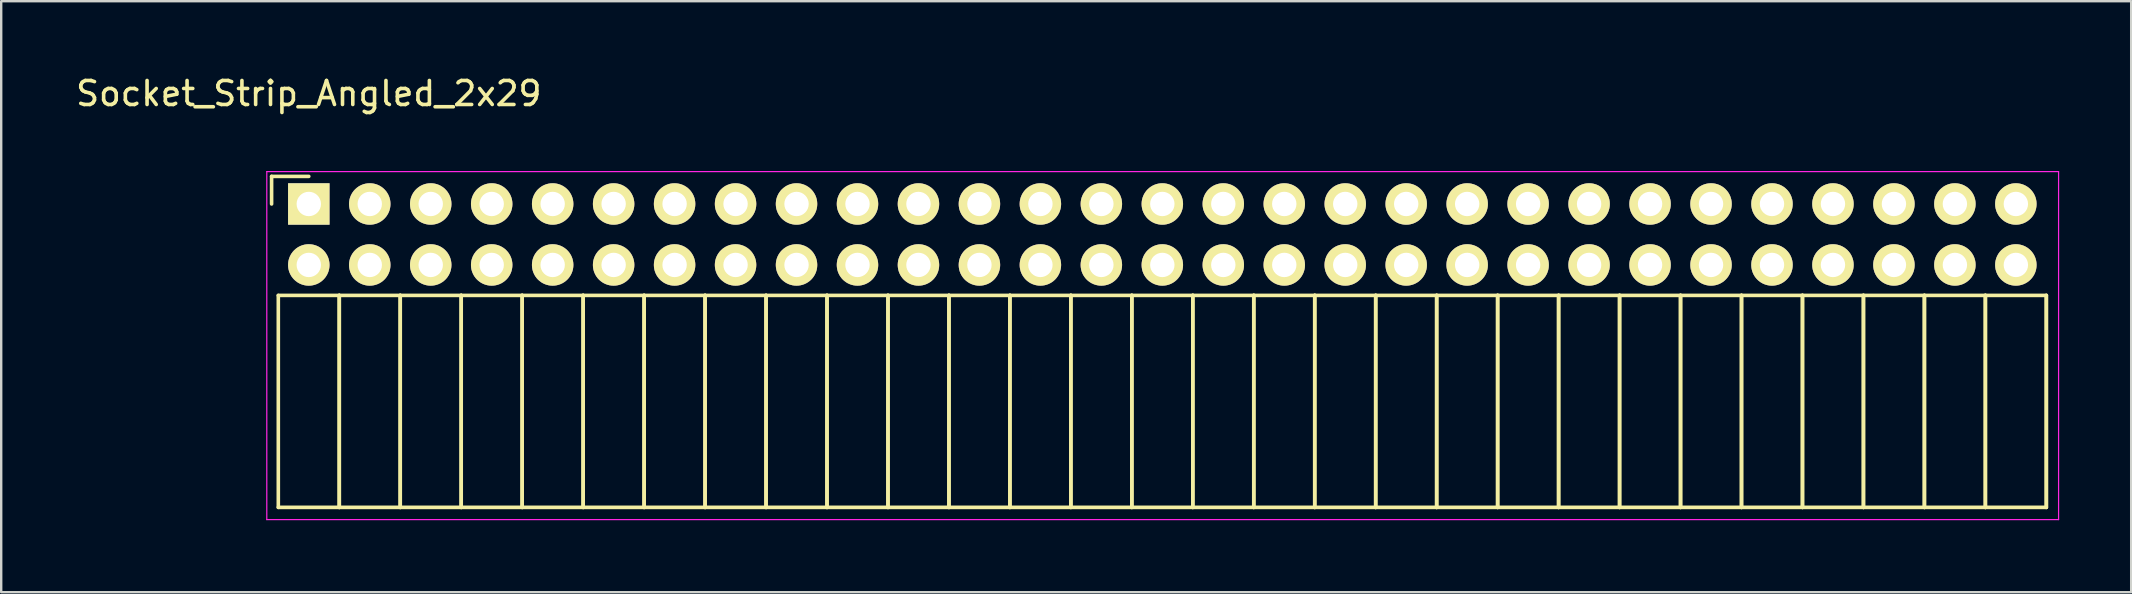
<source format=kicad_pcb>
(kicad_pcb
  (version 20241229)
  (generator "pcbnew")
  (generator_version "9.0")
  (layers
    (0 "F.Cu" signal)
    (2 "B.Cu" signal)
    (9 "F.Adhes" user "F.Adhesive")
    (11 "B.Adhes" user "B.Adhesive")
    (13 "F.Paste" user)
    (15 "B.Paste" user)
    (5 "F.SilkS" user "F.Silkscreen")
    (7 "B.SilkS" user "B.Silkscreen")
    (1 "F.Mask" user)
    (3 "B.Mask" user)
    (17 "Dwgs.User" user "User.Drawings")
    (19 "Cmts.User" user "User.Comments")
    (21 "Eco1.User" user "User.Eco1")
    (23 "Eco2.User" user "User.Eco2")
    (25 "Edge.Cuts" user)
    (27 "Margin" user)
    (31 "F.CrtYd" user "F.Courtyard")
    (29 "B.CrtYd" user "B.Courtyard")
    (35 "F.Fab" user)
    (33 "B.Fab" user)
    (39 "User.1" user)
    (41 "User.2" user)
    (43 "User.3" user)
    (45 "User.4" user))
  (footprint "Socket_Strip_Angled_2x29"
    (layer "F.Cu")
    (at 9.815 5.448)
    (property "Reference" "Socket_Strip_Angled_2x29" (at 0 -4.6 0) (layer "F.SilkS") (effects (font (size 1 1) (thickness 0.15))))
    (attr through_hole)
    (fp_line (start -1.55 -1.15) (end -1.55 0) (stroke (width 0.15) (type solid)) (layer "F.SilkS"))
    (fp_line (start -1.27 3.81) (end -1.27 12.64) (stroke (width 0.15) (type solid)) (layer "F.SilkS"))
    (fp_line (start -1.27 3.81) (end 1.27 3.81) (stroke (width 0.15) (type solid)) (layer "F.SilkS"))
    (fp_line (start -1.27 12.64) (end 1.27 12.64) (stroke (width 0.15) (type solid)) (layer "F.SilkS"))
    (fp_line (start 0 -1.15) (end -1.55 -1.15) (stroke (width 0.15) (type solid)) (layer "F.SilkS"))
    (fp_line (start 1.27 3.81) (end 1.27 12.64) (stroke (width 0.15) (type solid)) (layer "F.SilkS"))
    (fp_line (start 1.27 3.81) (end 3.81 3.81) (stroke (width 0.15) (type solid)) (layer "F.SilkS"))
    (fp_line (start 1.27 12.64) (end 1.27 3.81) (stroke (width 0.15) (type solid)) (layer "F.SilkS"))
    (fp_line (start 1.27 12.64) (end 3.81 12.64) (stroke (width 0.15) (type solid)) (layer "F.SilkS"))
    (fp_line (start 3.81 3.81) (end 3.81 12.64) (stroke (width 0.15) (type solid)) (layer "F.SilkS"))
    (fp_line (start 3.81 3.81) (end 6.35 3.81) (stroke (width 0.15) (type solid)) (layer "F.SilkS"))
    (fp_line (start 3.81 12.64) (end 3.81 3.81) (stroke (width 0.15) (type solid)) (layer "F.SilkS"))
    (fp_line (start 3.81 12.64) (end 6.35 12.64) (stroke (width 0.15) (type solid)) (layer "F.SilkS"))
    (fp_line (start 6.35 3.81) (end 6.35 12.64) (stroke (width 0.15) (type solid)) (layer "F.SilkS"))
    (fp_line (start 6.35 3.81) (end 8.89 3.81) (stroke (width 0.15) (type solid)) (layer "F.SilkS"))
    (fp_line (start 6.35 12.64) (end 6.35 3.81) (stroke (width 0.15) (type solid)) (layer "F.SilkS"))
    (fp_line (start 6.35 12.64) (end 8.89 12.64) (stroke (width 0.15) (type solid)) (layer "F.SilkS"))
    (fp_line (start 8.89 3.81) (end 8.89 12.64) (stroke (width 0.15) (type solid)) (layer "F.SilkS"))
    (fp_line (start 8.89 3.81) (end 11.43 3.81) (stroke (width 0.15) (type solid)) (layer "F.SilkS"))
    (fp_line (start 8.89 12.64) (end 8.89 3.81) (stroke (width 0.15) (type solid)) (layer "F.SilkS"))
    (fp_line (start 8.89 12.64) (end 11.43 12.64) (stroke (width 0.15) (type solid)) (layer "F.SilkS"))
    (fp_line (start 11.43 3.81) (end 11.43 12.64) (stroke (width 0.15) (type solid)) (layer "F.SilkS"))
    (fp_line (start 11.43 3.81) (end 13.97 3.81) (stroke (width 0.15) (type solid)) (layer "F.SilkS"))
    (fp_line (start 11.43 12.64) (end 11.43 3.81) (stroke (width 0.15) (type solid)) (layer "F.SilkS"))
    (fp_line (start 11.43 12.64) (end 13.97 12.64) (stroke (width 0.15) (type solid)) (layer "F.SilkS"))
    (fp_line (start 13.97 3.81) (end 13.97 12.64) (stroke (width 0.15) (type solid)) (layer "F.SilkS"))
    (fp_line (start 13.97 3.81) (end 16.51 3.81) (stroke (width 0.15) (type solid)) (layer "F.SilkS"))
    (fp_line (start 13.97 12.64) (end 13.97 3.81) (stroke (width 0.15) (type solid)) (layer "F.SilkS"))
    (fp_line (start 13.97 12.64) (end 16.51 12.64) (stroke (width 0.15) (type solid)) (layer "F.SilkS"))
    (fp_line (start 16.51 3.81) (end 16.51 12.64) (stroke (width 0.15) (type solid)) (layer "F.SilkS"))
    (fp_line (start 16.51 3.81) (end 19.05 3.81) (stroke (width 0.15) (type solid)) (layer "F.SilkS"))
    (fp_line (start 16.51 12.64) (end 16.51 3.81) (stroke (width 0.15) (type solid)) (layer "F.SilkS"))
    (fp_line (start 16.51 12.64) (end 19.05 12.64) (stroke (width 0.15) (type solid)) (layer "F.SilkS"))
    (fp_line (start 19.05 3.81) (end 19.05 12.64) (stroke (width 0.15) (type solid)) (layer "F.SilkS"))
    (fp_line (start 19.05 3.81) (end 21.59 3.81) (stroke (width 0.15) (type solid)) (layer "F.SilkS"))
    (fp_line (start 19.05 12.64) (end 19.05 3.81) (stroke (width 0.15) (type solid)) (layer "F.SilkS"))
    (fp_line (start 19.05 12.64) (end 21.59 12.64) (stroke (width 0.15) (type solid)) (layer "F.SilkS"))
    (fp_line (start 21.59 3.81) (end 21.59 12.64) (stroke (width 0.15) (type solid)) (layer "F.SilkS"))
    (fp_line (start 21.59 3.81) (end 24.13 3.81) (stroke (width 0.15) (type solid)) (layer "F.SilkS"))
    (fp_line (start 21.59 12.64) (end 21.59 3.81) (stroke (width 0.15) (type solid)) (layer "F.SilkS"))
    (fp_line (start 21.59 12.64) (end 24.13 12.64) (stroke (width 0.15) (type solid)) (layer "F.SilkS"))
    (fp_line (start 24.13 3.81) (end 24.13 12.64) (stroke (width 0.15) (type solid)) (layer "F.SilkS"))
    (fp_line (start 24.13 3.81) (end 26.67 3.81) (stroke (width 0.15) (type solid)) (layer "F.SilkS"))
    (fp_line (start 24.13 12.64) (end 24.13 3.81) (stroke (width 0.15) (type solid)) (layer "F.SilkS"))
    (fp_line (start 24.13 12.64) (end 26.67 12.64) (stroke (width 0.15) (type solid)) (layer "F.SilkS"))
    (fp_line (start 26.67 3.81) (end 26.67 12.64) (stroke (width 0.15) (type solid)) (layer "F.SilkS"))
    (fp_line (start 26.67 3.81) (end 29.21 3.81) (stroke (width 0.15) (type solid)) (layer "F.SilkS"))
    (fp_line (start 26.67 12.64) (end 26.67 3.81) (stroke (width 0.15) (type solid)) (layer "F.SilkS"))
    (fp_line (start 26.67 12.64) (end 29.21 12.64) (stroke (width 0.15) (type solid)) (layer "F.SilkS"))
    (fp_line (start 29.21 3.81) (end 29.21 12.64) (stroke (width 0.15) (type solid)) (layer "F.SilkS"))
    (fp_line (start 29.21 3.81) (end 31.75 3.81) (stroke (width 0.15) (type solid)) (layer "F.SilkS"))
    (fp_line (start 29.21 12.64) (end 29.21 3.81) (stroke (width 0.15) (type solid)) (layer "F.SilkS"))
    (fp_line (start 29.21 12.64) (end 31.75 12.64) (stroke (width 0.15) (type solid)) (layer "F.SilkS"))
    (fp_line (start 31.75 3.81) (end 31.75 12.64) (stroke (width 0.15) (type solid)) (layer "F.SilkS"))
    (fp_line (start 31.75 3.81) (end 34.29 3.81) (stroke (width 0.15) (type solid)) (layer "F.SilkS"))
    (fp_line (start 31.75 12.64) (end 31.75 3.81) (stroke (width 0.15) (type solid)) (layer "F.SilkS"))
    (fp_line (start 31.75 12.64) (end 34.29 12.64) (stroke (width 0.15) (type solid)) (layer "F.SilkS"))
    (fp_line (start 34.29 3.81) (end 34.29 12.64) (stroke (width 0.15) (type solid)) (layer "F.SilkS"))
    (fp_line (start 34.29 3.81) (end 36.83 3.81) (stroke (width 0.15) (type solid)) (layer "F.SilkS"))
    (fp_line (start 34.29 12.64) (end 34.29 3.81) (stroke (width 0.15) (type solid)) (layer "F.SilkS"))
    (fp_line (start 34.29 12.64) (end 36.83 12.64) (stroke (width 0.15) (type solid)) (layer "F.SilkS"))
    (fp_line (start 36.83 3.81) (end 36.83 12.64) (stroke (width 0.15) (type solid)) (layer "F.SilkS"))
    (fp_line (start 36.83 3.81) (end 39.37 3.81) (stroke (width 0.15) (type solid)) (layer "F.SilkS"))
    (fp_line (start 36.83 12.64) (end 36.83 3.81) (stroke (width 0.15) (type solid)) (layer "F.SilkS"))
    (fp_line (start 36.83 12.64) (end 39.37 12.64) (stroke (width 0.15) (type solid)) (layer "F.SilkS"))
    (fp_line (start 39.37 3.81) (end 39.37 12.64) (stroke (width 0.15) (type solid)) (layer "F.SilkS"))
    (fp_line (start 39.37 3.81) (end 41.91 3.81) (stroke (width 0.15) (type solid)) (layer "F.SilkS"))
    (fp_line (start 39.37 12.64) (end 39.37 3.81) (stroke (width 0.15) (type solid)) (layer "F.SilkS"))
    (fp_line (start 39.37 12.64) (end 41.91 12.64) (stroke (width 0.15) (type solid)) (layer "F.SilkS"))
    (fp_line (start 41.91 3.81) (end 41.91 12.64) (stroke (width 0.15) (type solid)) (layer "F.SilkS"))
    (fp_line (start 41.91 3.81) (end 44.45 3.81) (stroke (width 0.15) (type solid)) (layer "F.SilkS"))
    (fp_line (start 41.91 12.64) (end 41.91 3.81) (stroke (width 0.15) (type solid)) (layer "F.SilkS"))
    (fp_line (start 41.91 12.64) (end 44.45 12.64) (stroke (width 0.15) (type solid)) (layer "F.SilkS"))
    (fp_line (start 44.45 3.81) (end 44.45 12.64) (stroke (width 0.15) (type solid)) (layer "F.SilkS"))
    (fp_line (start 44.45 3.81) (end 46.99 3.81) (stroke (width 0.15) (type solid)) (layer "F.SilkS"))
    (fp_line (start 44.45 12.64) (end 44.45 3.81) (stroke (width 0.15) (type solid)) (layer "F.SilkS"))
    (fp_line (start 44.45 12.64) (end 46.99 12.64) (stroke (width 0.15) (type solid)) (layer "F.SilkS"))
    (fp_line (start 46.99 3.81) (end 46.99 12.64) (stroke (width 0.15) (type solid)) (layer "F.SilkS"))
    (fp_line (start 46.99 3.81) (end 49.53 3.81) (stroke (width 0.15) (type solid)) (layer "F.SilkS"))
    (fp_line (start 46.99 12.64) (end 46.99 3.81) (stroke (width 0.15) (type solid)) (layer "F.SilkS"))
    (fp_line (start 46.99 12.64) (end 49.53 12.64) (stroke (width 0.15) (type solid)) (layer "F.SilkS"))
    (fp_line (start 49.53 3.81) (end 49.53 12.64) (stroke (width 0.15) (type solid)) (layer "F.SilkS"))
    (fp_line (start 49.53 3.81) (end 52.07 3.81) (stroke (width 0.15) (type solid)) (layer "F.SilkS"))
    (fp_line (start 49.53 12.64) (end 49.53 3.81) (stroke (width 0.15) (type solid)) (layer "F.SilkS"))
    (fp_line (start 49.53 12.64) (end 52.07 12.64) (stroke (width 0.15) (type solid)) (layer "F.SilkS"))
    (fp_line (start 52.07 3.81) (end 52.07 12.64) (stroke (width 0.15) (type solid)) (layer "F.SilkS"))
    (fp_line (start 52.07 3.81) (end 54.61 3.81) (stroke (width 0.15) (type solid)) (layer "F.SilkS"))
    (fp_line (start 52.07 12.64) (end 52.07 3.81) (stroke (width 0.15) (type solid)) (layer "F.SilkS"))
    (fp_line (start 52.07 12.64) (end 54.61 12.64) (stroke (width 0.15) (type solid)) (layer "F.SilkS"))
    (fp_line (start 54.61 3.81) (end 54.61 12.64) (stroke (width 0.15) (type solid)) (layer "F.SilkS"))
    (fp_line (start 54.61 3.81) (end 57.15 3.81) (stroke (width 0.15) (type solid)) (layer "F.SilkS"))
    (fp_line (start 54.61 12.64) (end 54.61 3.81) (stroke (width 0.15) (type solid)) (layer "F.SilkS"))
    (fp_line (start 54.61 12.64) (end 57.15 12.64) (stroke (width 0.15) (type solid)) (layer "F.SilkS"))
    (fp_line (start 57.15 3.81) (end 57.15 12.64) (stroke (width 0.15) (type solid)) (layer "F.SilkS"))
    (fp_line (start 57.15 3.81) (end 59.69 3.81) (stroke (width 0.15) (type solid)) (layer "F.SilkS"))
    (fp_line (start 57.15 12.64) (end 57.15 3.81) (stroke (width 0.15) (type solid)) (layer "F.SilkS"))
    (fp_line (start 57.15 12.64) (end 59.69 12.64) (stroke (width 0.15) (type solid)) (layer "F.SilkS"))
    (fp_line (start 59.69 3.81) (end 59.69 12.64) (stroke (width 0.15) (type solid)) (layer "F.SilkS"))
    (fp_line (start 59.69 3.81) (end 62.23 3.81) (stroke (width 0.15) (type solid)) (layer "F.SilkS"))
    (fp_line (start 59.69 12.64) (end 59.69 3.81) (stroke (width 0.15) (type solid)) (layer "F.SilkS"))
    (fp_line (start 59.69 12.64) (end 62.23 12.64) (stroke (width 0.15) (type solid)) (layer "F.SilkS"))
    (fp_line (start 62.23 3.81) (end 62.23 12.64) (stroke (width 0.15) (type solid)) (layer "F.SilkS"))
    (fp_line (start 62.23 3.81) (end 64.77 3.81) (stroke (width 0.15) (type solid)) (layer "F.SilkS"))
    (fp_line (start 62.23 12.64) (end 62.23 3.81) (stroke (width 0.15) (type solid)) (layer "F.SilkS"))
    (fp_line (start 62.23 12.64) (end 64.77 12.64) (stroke (width 0.15) (type solid)) (layer "F.SilkS"))
    (fp_line (start 64.77 3.81) (end 64.77 12.64) (stroke (width 0.15) (type solid)) (layer "F.SilkS"))
    (fp_line (start 64.77 3.81) (end 67.31 3.81) (stroke (width 0.15) (type solid)) (layer "F.SilkS"))
    (fp_line (start 64.77 12.64) (end 64.77 3.81) (stroke (width 0.15) (type solid)) (layer "F.SilkS"))
    (fp_line (start 64.77 12.64) (end 67.31 12.64) (stroke (width 0.15) (type solid)) (layer "F.SilkS"))
    (fp_line (start 67.31 3.81) (end 67.31 12.64) (stroke (width 0.15) (type solid)) (layer "F.SilkS"))
    (fp_line (start 67.31 3.81) (end 69.85 3.81) (stroke (width 0.15) (type solid)) (layer "F.SilkS"))
    (fp_line (start 67.31 12.64) (end 67.31 3.81) (stroke (width 0.15) (type solid)) (layer "F.SilkS"))
    (fp_line (start 67.31 12.64) (end 69.85 12.64) (stroke (width 0.15) (type solid)) (layer "F.SilkS"))
    (fp_line (start 69.85 3.81) (end 69.85 12.64) (stroke (width 0.15) (type solid)) (layer "F.SilkS"))
    (fp_line (start 69.85 3.81) (end 72.39 3.81) (stroke (width 0.15) (type solid)) (layer "F.SilkS"))
    (fp_line (start 69.85 12.64) (end 69.85 3.81) (stroke (width 0.15) (type solid)) (layer "F.SilkS"))
    (fp_line (start 69.85 12.64) (end 72.39 12.64) (stroke (width 0.15) (type solid)) (layer "F.SilkS"))
    (fp_line (start 72.39 3.81) (end 72.39 12.64) (stroke (width 0.15) (type solid)) (layer "F.SilkS"))
    (fp_line (start 72.39 12.64) (end 72.39 3.81) (stroke (width 0.15) (type solid)) (layer "F.SilkS"))
    (fp_line (start -1.75 -1.35) (end -1.75 13.15) (stroke (width 0.05) (type solid)) (layer "F.CrtYd"))
    (fp_line (start -1.75 -1.35) (end 72.9 -1.35) (stroke (width 0.05) (type solid)) (layer "F.CrtYd"))
    (fp_line (start -1.75 13.15) (end 72.9 13.15) (stroke (width 0.05) (type solid)) (layer "F.CrtYd"))
    (fp_line (start 72.9 -1.35) (end 72.9 13.15) (stroke (width 0.05) (type solid)) (layer "F.CrtYd"))
    (pad "1" thru_hole rect (at 0 0) (size 1.727 1.727) (drill 1.016) (layers "*.Cu" "*.Mask" "F.SilkS"))
    (pad "2" thru_hole oval (at 0 2.54) (size 1.727 1.727) (drill 1.016) (layers "*.Cu" "*.Mask" "F.SilkS"))
    (pad "3" thru_hole oval (at 2.54 0) (size 1.727 1.727) (drill 1.016) (layers "*.Cu" "*.Mask" "F.SilkS"))
    (pad "4" thru_hole oval (at 2.54 2.54) (size 1.727 1.727) (drill 1.016) (layers "*.Cu" "*.Mask" "F.SilkS"))
    (pad "5" thru_hole oval (at 5.08 0) (size 1.727 1.727) (drill 1.016) (layers "*.Cu" "*.Mask" "F.SilkS"))
    (pad "6" thru_hole oval (at 5.08 2.54) (size 1.727 1.727) (drill 1.016) (layers "*.Cu" "*.Mask" "F.SilkS"))
    (pad "7" thru_hole oval (at 7.62 0) (size 1.727 1.727) (drill 1.016) (layers "*.Cu" "*.Mask" "F.SilkS"))
    (pad "8" thru_hole oval (at 7.62 2.54) (size 1.727 1.727) (drill 1.016) (layers "*.Cu" "*.Mask" "F.SilkS"))
    (pad "9" thru_hole oval (at 10.16 0) (size 1.727 1.727) (drill 1.016) (layers "*.Cu" "*.Mask" "F.SilkS"))
    (pad "10" thru_hole oval (at 10.16 2.54) (size 1.727 1.727) (drill 1.016) (layers "*.Cu" "*.Mask" "F.SilkS"))
    (pad "11" thru_hole oval (at 12.7 0) (size 1.727 1.727) (drill 1.016) (layers "*.Cu" "*.Mask" "F.SilkS"))
    (pad "12" thru_hole oval (at 12.7 2.54) (size 1.727 1.727) (drill 1.016) (layers "*.Cu" "*.Mask" "F.SilkS"))
    (pad "13" thru_hole oval (at 15.24 0) (size 1.727 1.727) (drill 1.016) (layers "*.Cu" "*.Mask" "F.SilkS"))
    (pad "14" thru_hole oval (at 15.24 2.54) (size 1.727 1.727) (drill 1.016) (layers "*.Cu" "*.Mask" "F.SilkS"))
    (pad "15" thru_hole oval (at 17.78 0) (size 1.727 1.727) (drill 1.016) (layers "*.Cu" "*.Mask" "F.SilkS"))
    (pad "16" thru_hole oval (at 17.78 2.54) (size 1.727 1.727) (drill 1.016) (layers "*.Cu" "*.Mask" "F.SilkS"))
    (pad "17" thru_hole oval (at 20.32 0) (size 1.727 1.727) (drill 1.016) (layers "*.Cu" "*.Mask" "F.SilkS"))
    (pad "18" thru_hole oval (at 20.32 2.54) (size 1.727 1.727) (drill 1.016) (layers "*.Cu" "*.Mask" "F.SilkS"))
    (pad "19" thru_hole oval (at 22.86 0) (size 1.727 1.727) (drill 1.016) (layers "*.Cu" "*.Mask" "F.SilkS"))
    (pad "20" thru_hole oval (at 22.86 2.54) (size 1.727 1.727) (drill 1.016) (layers "*.Cu" "*.Mask" "F.SilkS"))
    (pad "21" thru_hole oval (at 25.4 0) (size 1.727 1.727) (drill 1.016) (layers "*.Cu" "*.Mask" "F.SilkS"))
    (pad "22" thru_hole oval (at 25.4 2.54) (size 1.727 1.727) (drill 1.016) (layers "*.Cu" "*.Mask" "F.SilkS"))
    (pad "23" thru_hole oval (at 27.94 0) (size 1.727 1.727) (drill 1.016) (layers "*.Cu" "*.Mask" "F.SilkS"))
    (pad "24" thru_hole oval (at 27.94 2.54) (size 1.727 1.727) (drill 1.016) (layers "*.Cu" "*.Mask" "F.SilkS"))
    (pad "25" thru_hole oval (at 30.48 0) (size 1.727 1.727) (drill 1.016) (layers "*.Cu" "*.Mask" "F.SilkS"))
    (pad "26" thru_hole oval (at 30.48 2.54) (size 1.727 1.727) (drill 1.016) (layers "*.Cu" "*.Mask" "F.SilkS"))
    (pad "27" thru_hole oval (at 33.02 0) (size 1.727 1.727) (drill 1.016) (layers "*.Cu" "*.Mask" "F.SilkS"))
    (pad "28" thru_hole oval (at 33.02 2.54) (size 1.727 1.727) (drill 1.016) (layers "*.Cu" "*.Mask" "F.SilkS"))
    (pad "29" thru_hole oval (at 35.56 0) (size 1.727 1.727) (drill 1.016) (layers "*.Cu" "*.Mask" "F.SilkS"))
    (pad "30" thru_hole oval (at 35.56 2.54) (size 1.727 1.727) (drill 1.016) (layers "*.Cu" "*.Mask" "F.SilkS"))
    (pad "31" thru_hole oval (at 38.1 0) (size 1.727 1.727) (drill 1.016) (layers "*.Cu" "*.Mask" "F.SilkS"))
    (pad "32" thru_hole oval (at 38.1 2.54) (size 1.727 1.727) (drill 1.016) (layers "*.Cu" "*.Mask" "F.SilkS"))
    (pad "33" thru_hole oval (at 40.64 0) (size 1.727 1.727) (drill 1.016) (layers "*.Cu" "*.Mask" "F.SilkS"))
    (pad "34" thru_hole oval (at 40.64 2.54) (size 1.727 1.727) (drill 1.016) (layers "*.Cu" "*.Mask" "F.SilkS"))
    (pad "35" thru_hole oval (at 43.18 0) (size 1.727 1.727) (drill 1.016) (layers "*.Cu" "*.Mask" "F.SilkS"))
    (pad "36" thru_hole oval (at 43.18 2.54) (size 1.727 1.727) (drill 1.016) (layers "*.Cu" "*.Mask" "F.SilkS"))
    (pad "37" thru_hole oval (at 45.72 0) (size 1.727 1.727) (drill 1.016) (layers "*.Cu" "*.Mask" "F.SilkS"))
    (pad "38" thru_hole oval (at 45.72 2.54) (size 1.727 1.727) (drill 1.016) (layers "*.Cu" "*.Mask" "F.SilkS"))
    (pad "39" thru_hole oval (at 48.26 0) (size 1.727 1.727) (drill 1.016) (layers "*.Cu" "*.Mask" "F.SilkS"))
    (pad "40" thru_hole oval (at 48.26 2.54) (size 1.727 1.727) (drill 1.016) (layers "*.Cu" "*.Mask" "F.SilkS"))
    (pad "41" thru_hole oval (at 50.8 0) (size 1.727 1.727) (drill 1.016) (layers "*.Cu" "*.Mask" "F.SilkS"))
    (pad "42" thru_hole oval (at 50.8 2.54) (size 1.727 1.727) (drill 1.016) (layers "*.Cu" "*.Mask" "F.SilkS"))
    (pad "43" thru_hole oval (at 53.34 0) (size 1.727 1.727) (drill 1.016) (layers "*.Cu" "*.Mask" "F.SilkS"))
    (pad "44" thru_hole oval (at 53.34 2.54) (size 1.727 1.727) (drill 1.016) (layers "*.Cu" "*.Mask" "F.SilkS"))
    (pad "45" thru_hole oval (at 55.88 0) (size 1.727 1.727) (drill 1.016) (layers "*.Cu" "*.Mask" "F.SilkS"))
    (pad "46" thru_hole oval (at 55.88 2.54) (size 1.727 1.727) (drill 1.016) (layers "*.Cu" "*.Mask" "F.SilkS"))
    (pad "47" thru_hole oval (at 58.42 0) (size 1.727 1.727) (drill 1.016) (layers "*.Cu" "*.Mask" "F.SilkS"))
    (pad "48" thru_hole oval (at 58.42 2.54) (size 1.727 1.727) (drill 1.016) (layers "*.Cu" "*.Mask" "F.SilkS"))
    (pad "49" thru_hole oval (at 60.96 0) (size 1.727 1.727) (drill 1.016) (layers "*.Cu" "*.Mask" "F.SilkS"))
    (pad "50" thru_hole oval (at 60.96 2.54) (size 1.727 1.727) (drill 1.016) (layers "*.Cu" "*.Mask" "F.SilkS"))
    (pad "51" thru_hole oval (at 63.5 0) (size 1.727 1.727) (drill 1.016) (layers "*.Cu" "*.Mask" "F.SilkS"))
    (pad "52" thru_hole oval (at 63.5 2.54) (size 1.727 1.727) (drill 1.016) (layers "*.Cu" "*.Mask" "F.SilkS"))
    (pad "53" thru_hole oval (at 66.04 0) (size 1.727 1.727) (drill 1.016) (layers "*.Cu" "*.Mask" "F.SilkS"))
    (pad "54" thru_hole oval (at 66.04 2.54) (size 1.727 1.727) (drill 1.016) (layers "*.Cu" "*.Mask" "F.SilkS"))
    (pad "55" thru_hole oval (at 68.58 0) (size 1.727 1.727) (drill 1.016) (layers "*.Cu" "*.Mask" "F.SilkS"))
    (pad "56" thru_hole oval (at 68.58 2.54) (size 1.727 1.727) (drill 1.016) (layers "*.Cu" "*.Mask" "F.SilkS"))
    (pad "57" thru_hole oval (at 71.12 0) (size 1.727 1.727) (drill 1.016) (layers "*.Cu" "*.Mask" "F.SilkS"))
    (pad "58" thru_hole oval (at 71.12 2.54) (size 1.727 1.727) (drill 1.016) (layers "*.Cu" "*.Mask" "F.SilkS")))
  (gr_rect
    (start -3 -3)
    (end 85.74 21.623)
    (stroke (width 0.1) (type default))
    (fill no)
    (layer "Edge.Cuts")))
</source>
